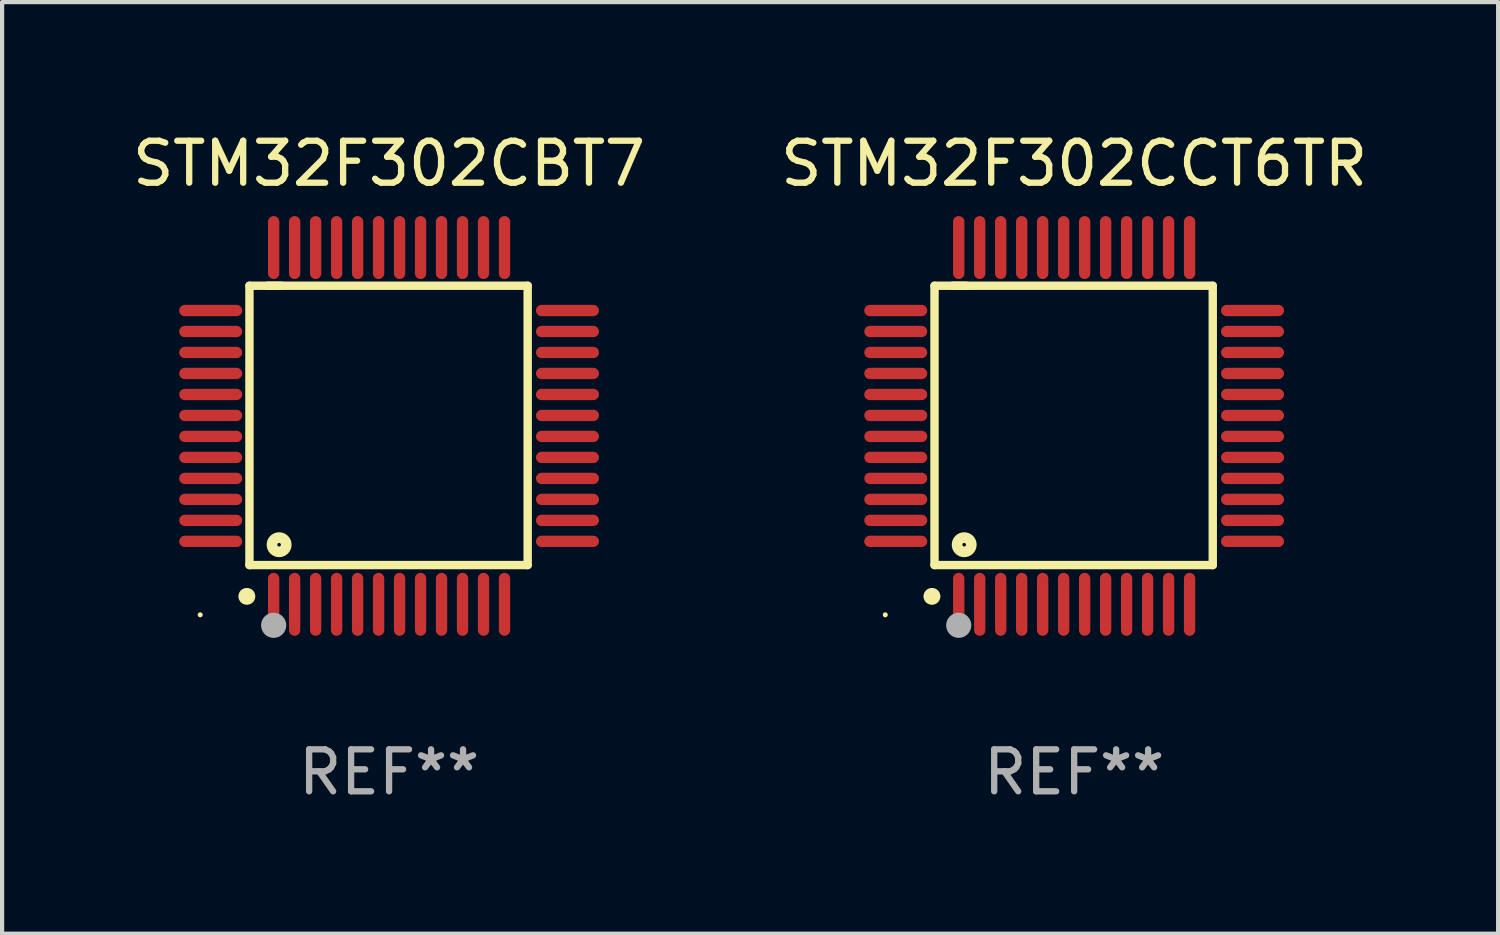
<source format=kicad_pcb>
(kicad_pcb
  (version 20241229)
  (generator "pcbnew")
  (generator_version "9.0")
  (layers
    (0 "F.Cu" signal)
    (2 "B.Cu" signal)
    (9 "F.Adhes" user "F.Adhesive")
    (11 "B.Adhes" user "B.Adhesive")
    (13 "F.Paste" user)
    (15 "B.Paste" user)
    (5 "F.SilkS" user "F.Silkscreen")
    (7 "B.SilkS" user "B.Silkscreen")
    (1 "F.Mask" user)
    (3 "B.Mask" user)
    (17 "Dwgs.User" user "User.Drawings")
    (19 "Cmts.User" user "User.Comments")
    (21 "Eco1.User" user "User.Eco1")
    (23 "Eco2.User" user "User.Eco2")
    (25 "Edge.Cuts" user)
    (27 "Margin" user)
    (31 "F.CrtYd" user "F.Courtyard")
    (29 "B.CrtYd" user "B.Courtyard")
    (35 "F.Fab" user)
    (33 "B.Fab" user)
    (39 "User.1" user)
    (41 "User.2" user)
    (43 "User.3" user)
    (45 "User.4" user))
  (footprint "STM32F302CBT7"
    (layer "F.Cu")
    (at 6.22 7.098)
    (property "Reference" "STM32F302CBT7" (at 0 -6.25 0) (layer "F.SilkS") (effects (font (size 1 1) (thickness 0.15))))
    (attr through_hole)
    (fp_line (start -3.327 -3.34) (end -2.565 -3.34) (stroke (width 0.2) (type solid)) (layer "F.SilkS"))
    (fp_line (start -3.327 3.315) (end -3.327 -3.34) (stroke (width 0.2) (type solid)) (layer "F.SilkS"))
    (fp_line (start -2.896 -3.34) (end 3.302 -3.34) (stroke (width 0.2) (type solid)) (layer "F.SilkS"))
    (fp_line (start 3.302 -3.34) (end 3.302 3.315) (stroke (width 0.2) (type solid)) (layer "F.SilkS"))
    (fp_line (start 3.302 3.315) (end -3.327 3.315) (stroke (width 0.2) (type solid)) (layer "F.SilkS"))
    (fp_arc (start -3.389992 4.059995) (mid -3.388722 4.059991) (end -3.387452 4.059995) (stroke (width 0.4) (type solid)) (layer "F.SilkS"))
    (fp_circle (center -4.5 4.5) (end -4.47 4.5) (stroke (width 0.06) (type solid)) (fill no) (layer "F.SilkS"))
    (fp_circle (center -2.62 2.83) (end -2.45 2.83) (stroke (width 0.254) (type solid)) (fill no) (layer "F.SilkS"))
    (fp_circle (center -2.75 4.75) (end -2.6 4.75) (stroke (width 0.3) (type solid)) (fill no) (layer "F.Fab"))
    (fp_text user "REF**" (at 0 8.25 0) (layer "F.Fab") (effects (font (size 1 1) (thickness 0.15))))
    (pad "1" smd oval (at -2.75 4.25) (size 0.27 1.5) (layers "F.Cu" "F.Mask" "F.Paste"))
    (pad "2" smd oval (at -2.25 4.25) (size 0.27 1.5) (layers "F.Cu" "F.Mask" "F.Paste"))
    (pad "3" smd oval (at -1.75 4.25) (size 0.27 1.5) (layers "F.Cu" "F.Mask" "F.Paste"))
    (pad "4" smd oval (at -1.25 4.25) (size 0.27 1.5) (layers "F.Cu" "F.Mask" "F.Paste"))
    (pad "5" smd oval (at -0.75 4.25) (size 0.27 1.5) (layers "F.Cu" "F.Mask" "F.Paste"))
    (pad "6" smd oval (at -0.25 4.25) (size 0.27 1.5) (layers "F.Cu" "F.Mask" "F.Paste"))
    (pad "7" smd oval (at 0.25 4.25) (size 0.27 1.5) (layers "F.Cu" "F.Mask" "F.Paste"))
    (pad "8" smd oval (at 0.75 4.25) (size 0.27 1.5) (layers "F.Cu" "F.Mask" "F.Paste"))
    (pad "9" smd oval (at 1.25 4.25) (size 0.27 1.5) (layers "F.Cu" "F.Mask" "F.Paste"))
    (pad "10" smd oval (at 1.75 4.25) (size 0.27 1.5) (layers "F.Cu" "F.Mask" "F.Paste"))
    (pad "11" smd oval (at 2.25 4.25) (size 0.27 1.5) (layers "F.Cu" "F.Mask" "F.Paste"))
    (pad "12" smd oval (at 2.75 4.25) (size 0.27 1.5) (layers "F.Cu" "F.Mask" "F.Paste"))
    (pad "13" smd oval (at 4.25 2.75) (size 1.5 0.27) (layers "F.Cu" "F.Mask" "F.Paste"))
    (pad "14" smd oval (at 4.25 2.25) (size 1.5 0.27) (layers "F.Cu" "F.Mask" "F.Paste"))
    (pad "15" smd oval (at 4.25 1.75) (size 1.5 0.27) (layers "F.Cu" "F.Mask" "F.Paste"))
    (pad "16" smd oval (at 4.25 1.25) (size 1.5 0.27) (layers "F.Cu" "F.Mask" "F.Paste"))
    (pad "17" smd oval (at 4.25 0.75) (size 1.5 0.27) (layers "F.Cu" "F.Mask" "F.Paste"))
    (pad "18" smd oval (at 4.25 0.25) (size 1.5 0.27) (layers "F.Cu" "F.Mask" "F.Paste"))
    (pad "19" smd oval (at 4.25 -0.25) (size 1.5 0.27) (layers "F.Cu" "F.Mask" "F.Paste"))
    (pad "20" smd oval (at 4.25 -0.75) (size 1.5 0.27) (layers "F.Cu" "F.Mask" "F.Paste"))
    (pad "21" smd oval (at 4.25 -1.25) (size 1.5 0.27) (layers "F.Cu" "F.Mask" "F.Paste"))
    (pad "22" smd oval (at 4.25 -1.75) (size 1.5 0.27) (layers "F.Cu" "F.Mask" "F.Paste"))
    (pad "23" smd oval (at 4.25 -2.25) (size 1.5 0.27) (layers "F.Cu" "F.Mask" "F.Paste"))
    (pad "24" smd oval (at 4.25 -2.75) (size 1.5 0.27) (layers "F.Cu" "F.Mask" "F.Paste"))
    (pad "25" smd oval (at 2.75 -4.25) (size 0.27 1.5) (layers "F.Cu" "F.Mask" "F.Paste"))
    (pad "26" smd oval (at 2.25 -4.25) (size 0.27 1.5) (layers "F.Cu" "F.Mask" "F.Paste"))
    (pad "27" smd oval (at 1.75 -4.25) (size 0.27 1.5) (layers "F.Cu" "F.Mask" "F.Paste"))
    (pad "28" smd oval (at 1.25 -4.25) (size 0.27 1.5) (layers "F.Cu" "F.Mask" "F.Paste"))
    (pad "29" smd oval (at 0.75 -4.25) (size 0.27 1.5) (layers "F.Cu" "F.Mask" "F.Paste"))
    (pad "30" smd oval (at 0.25 -4.25) (size 0.27 1.5) (layers "F.Cu" "F.Mask" "F.Paste"))
    (pad "31" smd oval (at -0.25 -4.25) (size 0.27 1.5) (layers "F.Cu" "F.Mask" "F.Paste"))
    (pad "32" smd oval (at -0.75 -4.25) (size 0.27 1.5) (layers "F.Cu" "F.Mask" "F.Paste"))
    (pad "33" smd oval (at -1.25 -4.25) (size 0.27 1.5) (layers "F.Cu" "F.Mask" "F.Paste"))
    (pad "34" smd oval (at -1.75 -4.25) (size 0.27 1.5) (layers "F.Cu" "F.Mask" "F.Paste"))
    (pad "35" smd oval (at -2.25 -4.25) (size 0.27 1.5) (layers "F.Cu" "F.Mask" "F.Paste"))
    (pad "36" smd oval (at -2.75 -4.25) (size 0.27 1.5) (layers "F.Cu" "F.Mask" "F.Paste"))
    (pad "37" smd oval (at -4.25 -2.75) (size 1.5 0.27) (layers "F.Cu" "F.Mask" "F.Paste"))
    (pad "38" smd oval (at -4.25 -2.25) (size 1.5 0.27) (layers "F.Cu" "F.Mask" "F.Paste"))
    (pad "39" smd oval (at -4.25 -1.75) (size 1.5 0.27) (layers "F.Cu" "F.Mask" "F.Paste"))
    (pad "40" smd oval (at -4.25 -1.25) (size 1.5 0.27) (layers "F.Cu" "F.Mask" "F.Paste"))
    (pad "41" smd oval (at -4.25 -0.75) (size 1.5 0.27) (layers "F.Cu" "F.Mask" "F.Paste"))
    (pad "42" smd oval (at -4.25 -0.25) (size 1.5 0.27) (layers "F.Cu" "F.Mask" "F.Paste"))
    (pad "43" smd oval (at -4.25 0.25) (size 1.5 0.27) (layers "F.Cu" "F.Mask" "F.Paste"))
    (pad "44" smd oval (at -4.25 0.75) (size 1.5 0.27) (layers "F.Cu" "F.Mask" "F.Paste"))
    (pad "45" smd oval (at -4.25 1.25) (size 1.5 0.27) (layers "F.Cu" "F.Mask" "F.Paste"))
    (pad "46" smd oval (at -4.25 1.75) (size 1.5 0.27) (layers "F.Cu" "F.Mask" "F.Paste"))
    (pad "47" smd oval (at -4.25 2.25) (size 1.5 0.27) (layers "F.Cu" "F.Mask" "F.Paste"))
    (pad "48" smd oval (at -4.25 2.75) (size 1.5 0.27) (layers "F.Cu" "F.Mask" "F.Paste")))
  (footprint "STM32F302CCT6TR"
    (layer "F.Cu")
    (at 22.542 7.098)
    (property "Reference" "STM32F302CCT6TR" (at 0 -6.25 0) (layer "F.SilkS") (effects (font (size 1 1) (thickness 0.15))))
    (attr through_hole)
    (fp_line (start -3.327 -3.34) (end -2.565 -3.34) (stroke (width 0.2) (type solid)) (layer "F.SilkS"))
    (fp_line (start -3.327 3.315) (end -3.327 -3.34) (stroke (width 0.2) (type solid)) (layer "F.SilkS"))
    (fp_line (start -2.896 -3.34) (end 3.302 -3.34) (stroke (width 0.2) (type solid)) (layer "F.SilkS"))
    (fp_line (start 3.302 -3.34) (end 3.302 3.315) (stroke (width 0.2) (type solid)) (layer "F.SilkS"))
    (fp_line (start 3.302 3.315) (end -3.327 3.315) (stroke (width 0.2) (type solid)) (layer "F.SilkS"))
    (fp_arc (start -3.389992 4.059995) (mid -3.388722 4.059991) (end -3.387452 4.059995) (stroke (width 0.4) (type solid)) (layer "F.SilkS"))
    (fp_circle (center -4.5 4.5) (end -4.47 4.5) (stroke (width 0.06) (type solid)) (fill no) (layer "F.SilkS"))
    (fp_circle (center -2.62 2.83) (end -2.45 2.83) (stroke (width 0.254) (type solid)) (fill no) (layer "F.SilkS"))
    (fp_circle (center -2.75 4.75) (end -2.6 4.75) (stroke (width 0.3) (type solid)) (fill no) (layer "F.Fab"))
    (fp_text user "REF**" (at 0 8.25 0) (layer "F.Fab") (effects (font (size 1 1) (thickness 0.15))))
    (pad "1" smd oval (at -2.75 4.25) (size 0.27 1.5) (layers "F.Cu" "F.Mask" "F.Paste"))
    (pad "2" smd oval (at -2.25 4.25) (size 0.27 1.5) (layers "F.Cu" "F.Mask" "F.Paste"))
    (pad "3" smd oval (at -1.75 4.25) (size 0.27 1.5) (layers "F.Cu" "F.Mask" "F.Paste"))
    (pad "4" smd oval (at -1.25 4.25) (size 0.27 1.5) (layers "F.Cu" "F.Mask" "F.Paste"))
    (pad "5" smd oval (at -0.75 4.25) (size 0.27 1.5) (layers "F.Cu" "F.Mask" "F.Paste"))
    (pad "6" smd oval (at -0.25 4.25) (size 0.27 1.5) (layers "F.Cu" "F.Mask" "F.Paste"))
    (pad "7" smd oval (at 0.25 4.25) (size 0.27 1.5) (layers "F.Cu" "F.Mask" "F.Paste"))
    (pad "8" smd oval (at 0.75 4.25) (size 0.27 1.5) (layers "F.Cu" "F.Mask" "F.Paste"))
    (pad "9" smd oval (at 1.25 4.25) (size 0.27 1.5) (layers "F.Cu" "F.Mask" "F.Paste"))
    (pad "10" smd oval (at 1.75 4.25) (size 0.27 1.5) (layers "F.Cu" "F.Mask" "F.Paste"))
    (pad "11" smd oval (at 2.25 4.25) (size 0.27 1.5) (layers "F.Cu" "F.Mask" "F.Paste"))
    (pad "12" smd oval (at 2.75 4.25) (size 0.27 1.5) (layers "F.Cu" "F.Mask" "F.Paste"))
    (pad "13" smd oval (at 4.25 2.75) (size 1.5 0.27) (layers "F.Cu" "F.Mask" "F.Paste"))
    (pad "14" smd oval (at 4.25 2.25) (size 1.5 0.27) (layers "F.Cu" "F.Mask" "F.Paste"))
    (pad "15" smd oval (at 4.25 1.75) (size 1.5 0.27) (layers "F.Cu" "F.Mask" "F.Paste"))
    (pad "16" smd oval (at 4.25 1.25) (size 1.5 0.27) (layers "F.Cu" "F.Mask" "F.Paste"))
    (pad "17" smd oval (at 4.25 0.75) (size 1.5 0.27) (layers "F.Cu" "F.Mask" "F.Paste"))
    (pad "18" smd oval (at 4.25 0.25) (size 1.5 0.27) (layers "F.Cu" "F.Mask" "F.Paste"))
    (pad "19" smd oval (at 4.25 -0.25) (size 1.5 0.27) (layers "F.Cu" "F.Mask" "F.Paste"))
    (pad "20" smd oval (at 4.25 -0.75) (size 1.5 0.27) (layers "F.Cu" "F.Mask" "F.Paste"))
    (pad "21" smd oval (at 4.25 -1.25) (size 1.5 0.27) (layers "F.Cu" "F.Mask" "F.Paste"))
    (pad "22" smd oval (at 4.25 -1.75) (size 1.5 0.27) (layers "F.Cu" "F.Mask" "F.Paste"))
    (pad "23" smd oval (at 4.25 -2.25) (size 1.5 0.27) (layers "F.Cu" "F.Mask" "F.Paste"))
    (pad "24" smd oval (at 4.25 -2.75) (size 1.5 0.27) (layers "F.Cu" "F.Mask" "F.Paste"))
    (pad "25" smd oval (at 2.75 -4.25) (size 0.27 1.5) (layers "F.Cu" "F.Mask" "F.Paste"))
    (pad "26" smd oval (at 2.25 -4.25) (size 0.27 1.5) (layers "F.Cu" "F.Mask" "F.Paste"))
    (pad "27" smd oval (at 1.75 -4.25) (size 0.27 1.5) (layers "F.Cu" "F.Mask" "F.Paste"))
    (pad "28" smd oval (at 1.25 -4.25) (size 0.27 1.5) (layers "F.Cu" "F.Mask" "F.Paste"))
    (pad "29" smd oval (at 0.75 -4.25) (size 0.27 1.5) (layers "F.Cu" "F.Mask" "F.Paste"))
    (pad "30" smd oval (at 0.25 -4.25) (size 0.27 1.5) (layers "F.Cu" "F.Mask" "F.Paste"))
    (pad "31" smd oval (at -0.25 -4.25) (size 0.27 1.5) (layers "F.Cu" "F.Mask" "F.Paste"))
    (pad "32" smd oval (at -0.75 -4.25) (size 0.27 1.5) (layers "F.Cu" "F.Mask" "F.Paste"))
    (pad "33" smd oval (at -1.25 -4.25) (size 0.27 1.5) (layers "F.Cu" "F.Mask" "F.Paste"))
    (pad "34" smd oval (at -1.75 -4.25) (size 0.27 1.5) (layers "F.Cu" "F.Mask" "F.Paste"))
    (pad "35" smd oval (at -2.25 -4.25) (size 0.27 1.5) (layers "F.Cu" "F.Mask" "F.Paste"))
    (pad "36" smd oval (at -2.75 -4.25) (size 0.27 1.5) (layers "F.Cu" "F.Mask" "F.Paste"))
    (pad "37" smd oval (at -4.25 -2.75) (size 1.5 0.27) (layers "F.Cu" "F.Mask" "F.Paste"))
    (pad "38" smd oval (at -4.25 -2.25) (size 1.5 0.27) (layers "F.Cu" "F.Mask" "F.Paste"))
    (pad "39" smd oval (at -4.25 -1.75) (size 1.5 0.27) (layers "F.Cu" "F.Mask" "F.Paste"))
    (pad "40" smd oval (at -4.25 -1.25) (size 1.5 0.27) (layers "F.Cu" "F.Mask" "F.Paste"))
    (pad "41" smd oval (at -4.25 -0.75) (size 1.5 0.27) (layers "F.Cu" "F.Mask" "F.Paste"))
    (pad "42" smd oval (at -4.25 -0.25) (size 1.5 0.27) (layers "F.Cu" "F.Mask" "F.Paste"))
    (pad "43" smd oval (at -4.25 0.25) (size 1.5 0.27) (layers "F.Cu" "F.Mask" "F.Paste"))
    (pad "44" smd oval (at -4.25 0.75) (size 1.5 0.27) (layers "F.Cu" "F.Mask" "F.Paste"))
    (pad "45" smd oval (at -4.25 1.25) (size 1.5 0.27) (layers "F.Cu" "F.Mask" "F.Paste"))
    (pad "46" smd oval (at -4.25 1.75) (size 1.5 0.27) (layers "F.Cu" "F.Mask" "F.Paste"))
    (pad "47" smd oval (at -4.25 2.25) (size 1.5 0.27) (layers "F.Cu" "F.Mask" "F.Paste"))
    (pad "48" smd oval (at -4.25 2.75) (size 1.5 0.27) (layers "F.Cu" "F.Mask" "F.Paste")))
  (gr_rect
    (start -3 -3)
    (end 32.643 19.196)
    (stroke (width 0.1) (type default))
    (fill no)
    (layer "Edge.Cuts")))
</source>
